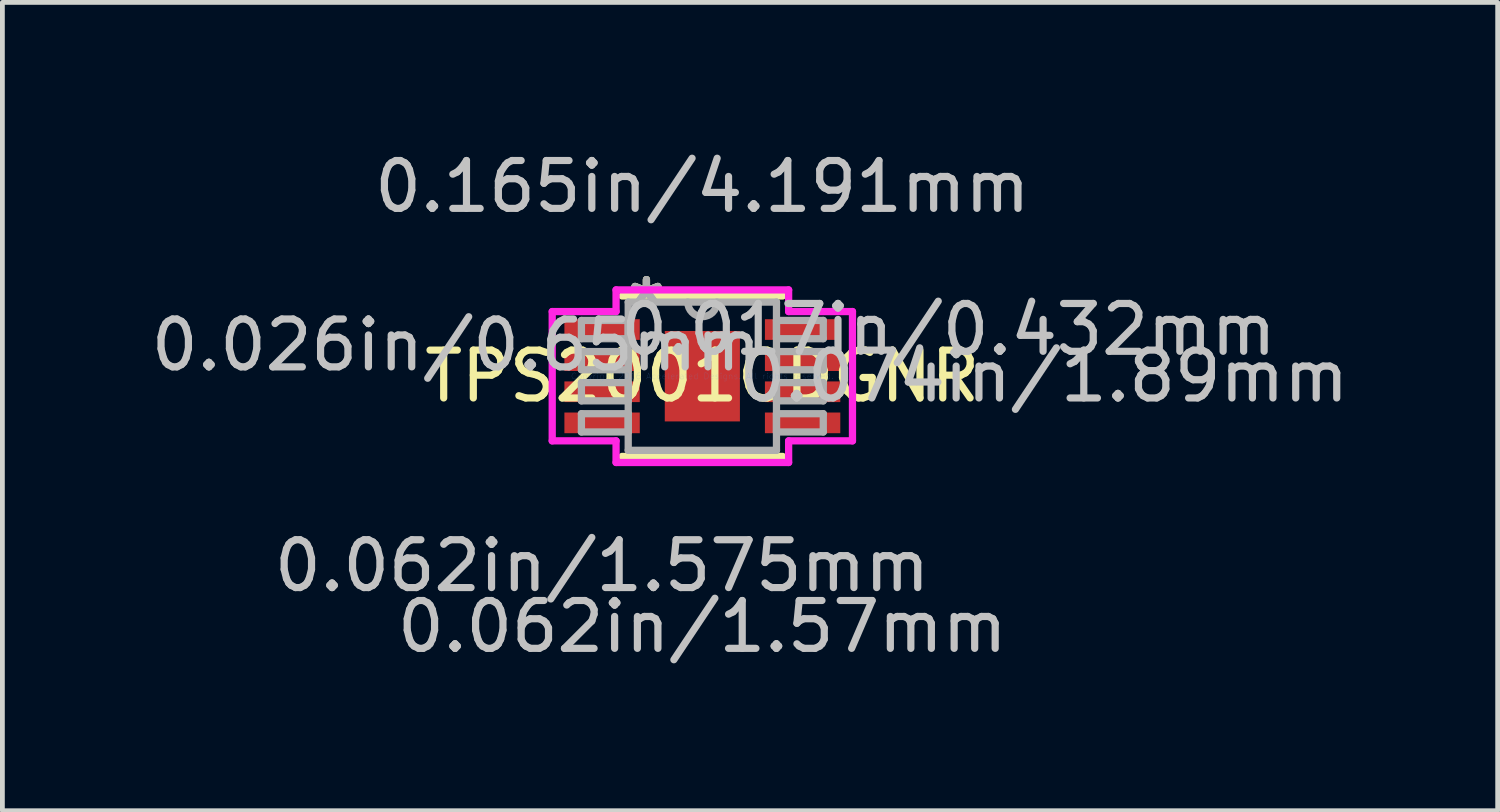
<source format=kicad_pcb>
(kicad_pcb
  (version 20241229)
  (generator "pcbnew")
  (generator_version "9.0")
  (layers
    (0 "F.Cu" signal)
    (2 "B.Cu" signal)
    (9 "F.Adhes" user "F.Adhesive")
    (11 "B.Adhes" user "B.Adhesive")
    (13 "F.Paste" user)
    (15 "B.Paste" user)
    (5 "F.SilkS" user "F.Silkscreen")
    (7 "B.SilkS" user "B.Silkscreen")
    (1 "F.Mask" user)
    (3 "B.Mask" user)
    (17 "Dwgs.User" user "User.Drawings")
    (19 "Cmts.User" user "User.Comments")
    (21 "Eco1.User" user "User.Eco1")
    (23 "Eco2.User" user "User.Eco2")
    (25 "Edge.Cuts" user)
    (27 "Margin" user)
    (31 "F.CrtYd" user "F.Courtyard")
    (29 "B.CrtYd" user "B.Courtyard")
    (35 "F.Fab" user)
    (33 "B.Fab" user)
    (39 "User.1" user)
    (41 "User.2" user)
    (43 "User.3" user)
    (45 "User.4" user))
  (footprint "TPS2001CDGNR"
    (layer "F.Cu")
    (at 11.626 4.811)
    (property "Reference" "TPS2001CDGNR" (at 0 0 0) (layer "F.SilkS") (effects (font (size 1 1) (thickness 0.15))))
    (attr through_hole)
    (fp_line (start -1.676 1.676) (end 1.676 1.676) (stroke (width 0.152) (type solid)) (layer "F.SilkS"))
    (fp_line (start 1.676 -1.676) (end -1.676 -1.676) (stroke (width 0.152) (type solid)) (layer "F.SilkS"))
    (fp_line (start -0.785 -0.945) (end -0.785 0.945) (stroke (width 0.152) (type solid)) (layer "F.Paste"))
    (fp_line (start -0.785 0.945) (end 0.785 0.945) (stroke (width 0.152) (type solid)) (layer "F.Paste"))
    (fp_line (start 0.785 -0.945) (end -0.785 -0.945) (stroke (width 0.152) (type solid)) (layer "F.Paste"))
    (fp_line (start 0.785 0.945) (end 0.785 -0.945) (stroke (width 0.152) (type solid)) (layer "F.Paste"))
    (fp_line (start -3.137 -1.351) (end -1.803 -1.351) (stroke (width 0.152) (type solid)) (layer "F.CrtYd"))
    (fp_line (start -3.137 1.351) (end -3.137 -1.351) (stroke (width 0.152) (type solid)) (layer "F.CrtYd"))
    (fp_line (start -1.803 -1.803) (end 1.803 -1.803) (stroke (width 0.152) (type solid)) (layer "F.CrtYd"))
    (fp_line (start -1.803 -1.351) (end -1.803 -1.803) (stroke (width 0.152) (type solid)) (layer "F.CrtYd"))
    (fp_line (start -1.803 1.351) (end -3.137 1.351) (stroke (width 0.152) (type solid)) (layer "F.CrtYd"))
    (fp_line (start -1.803 1.803) (end -1.803 1.351) (stroke (width 0.152) (type solid)) (layer "F.CrtYd"))
    (fp_line (start 1.803 -1.803) (end 1.803 -1.351) (stroke (width 0.152) (type solid)) (layer "F.CrtYd"))
    (fp_line (start 1.803 -1.351) (end 3.137 -1.351) (stroke (width 0.152) (type solid)) (layer "F.CrtYd"))
    (fp_line (start 1.803 1.351) (end 1.803 1.803) (stroke (width 0.152) (type solid)) (layer "F.CrtYd"))
    (fp_line (start 1.803 1.803) (end -1.803 1.803) (stroke (width 0.152) (type solid)) (layer "F.CrtYd"))
    (fp_line (start 3.137 -1.351) (end 3.137 1.351) (stroke (width 0.152) (type solid)) (layer "F.CrtYd"))
    (fp_line (start 3.137 1.351) (end 1.803 1.351) (stroke (width 0.152) (type solid)) (layer "F.CrtYd"))
    (fp_line (start -2.527 -1.165) (end -2.527 -0.784) (stroke (width 0.152) (type solid)) (layer "F.Fab"))
    (fp_line (start -2.527 -0.784) (end -1.549 -0.784) (stroke (width 0.152) (type solid)) (layer "F.Fab"))
    (fp_line (start -2.527 -0.515) (end -2.527 -0.135) (stroke (width 0.152) (type solid)) (layer "F.Fab"))
    (fp_line (start -2.527 -0.135) (end -1.549 -0.135) (stroke (width 0.152) (type solid)) (layer "F.Fab"))
    (fp_line (start -2.527 0.135) (end -2.527 0.515) (stroke (width 0.152) (type solid)) (layer "F.Fab"))
    (fp_line (start -2.527 0.515) (end -1.549 0.515) (stroke (width 0.152) (type solid)) (layer "F.Fab"))
    (fp_line (start -2.527 0.784) (end -2.527 1.165) (stroke (width 0.152) (type solid)) (layer "F.Fab"))
    (fp_line (start -2.527 1.165) (end -1.549 1.165) (stroke (width 0.152) (type solid)) (layer "F.Fab"))
    (fp_line (start -1.549 -1.549) (end -1.549 1.549) (stroke (width 0.152) (type solid)) (layer "F.Fab"))
    (fp_line (start -1.549 -1.165) (end -2.527 -1.165) (stroke (width 0.152) (type solid)) (layer "F.Fab"))
    (fp_line (start -1.549 -0.784) (end -1.549 -1.165) (stroke (width 0.152) (type solid)) (layer "F.Fab"))
    (fp_line (start -1.549 -0.515) (end -2.527 -0.515) (stroke (width 0.152) (type solid)) (layer "F.Fab"))
    (fp_line (start -1.549 -0.135) (end -1.549 -0.515) (stroke (width 0.152) (type solid)) (layer "F.Fab"))
    (fp_line (start -1.549 0.135) (end -2.527 0.135) (stroke (width 0.152) (type solid)) (layer "F.Fab"))
    (fp_line (start -1.549 0.515) (end -1.549 0.135) (stroke (width 0.152) (type solid)) (layer "F.Fab"))
    (fp_line (start -1.549 0.784) (end -2.527 0.784) (stroke (width 0.152) (type solid)) (layer "F.Fab"))
    (fp_line (start -1.549 1.165) (end -1.549 0.784) (stroke (width 0.152) (type solid)) (layer "F.Fab"))
    (fp_line (start -1.549 1.549) (end 1.549 1.549) (stroke (width 0.152) (type solid)) (layer "F.Fab"))
    (fp_line (start 1.549 -1.549) (end -1.549 -1.549) (stroke (width 0.152) (type solid)) (layer "F.Fab"))
    (fp_line (start 1.549 -1.165) (end 1.549 -0.784) (stroke (width 0.152) (type solid)) (layer "F.Fab"))
    (fp_line (start 1.549 -0.784) (end 2.527 -0.784) (stroke (width 0.152) (type solid)) (layer "F.Fab"))
    (fp_line (start 1.549 -0.515) (end 1.549 -0.135) (stroke (width 0.152) (type solid)) (layer "F.Fab"))
    (fp_line (start 1.549 -0.135) (end 2.527 -0.135) (stroke (width 0.152) (type solid)) (layer "F.Fab"))
    (fp_line (start 1.549 0.135) (end 1.549 0.515) (stroke (width 0.152) (type solid)) (layer "F.Fab"))
    (fp_line (start 1.549 0.515) (end 2.527 0.515) (stroke (width 0.152) (type solid)) (layer "F.Fab"))
    (fp_line (start 1.549 0.784) (end 1.549 1.165) (stroke (width 0.152) (type solid)) (layer "F.Fab"))
    (fp_line (start 1.549 1.165) (end 2.527 1.165) (stroke (width 0.152) (type solid)) (layer "F.Fab"))
    (fp_line (start 1.549 1.549) (end 1.549 -1.549) (stroke (width 0.152) (type solid)) (layer "F.Fab"))
    (fp_line (start 2.527 -1.165) (end 1.549 -1.165) (stroke (width 0.152) (type solid)) (layer "F.Fab"))
    (fp_line (start 2.527 -0.784) (end 2.527 -1.165) (stroke (width 0.152) (type solid)) (layer "F.Fab"))
    (fp_line (start 2.527 -0.515) (end 1.549 -0.515) (stroke (width 0.152) (type solid)) (layer "F.Fab"))
    (fp_line (start 2.527 -0.135) (end 2.527 -0.515) (stroke (width 0.152) (type solid)) (layer "F.Fab"))
    (fp_line (start 2.527 0.135) (end 1.549 0.135) (stroke (width 0.152) (type solid)) (layer "F.Fab"))
    (fp_line (start 2.527 0.515) (end 2.527 0.135) (stroke (width 0.152) (type solid)) (layer "F.Fab"))
    (fp_line (start 2.527 0.784) (end 1.549 0.784) (stroke (width 0.152) (type solid)) (layer "F.Fab"))
    (fp_line (start 2.527 1.165) (end 2.527 0.784) (stroke (width 0.152) (type solid)) (layer "F.Fab"))
    (fp_arc (start 0.3048 -1.5494) (mid 0 -1.2446) (end -0.3048 -1.5494) (stroke (width 0.1524) (type solid)) (layer "F.Fab"))
    (fp_text user "*" (at -1.168 -1.473 0) (layer "F.SilkS") (effects (font (size 1 1) (thickness 0.15))))
    (fp_text user "*" (at -1.168 -1.473 0) (layer "F.SilkS") (effects (font (size 1 1) (thickness 0.15))))
    (fp_text user "0.165in/4.191mm" (at 0 -3.962 0) (layer "Dwgs.User") (effects (font (size 1 1) (thickness 0.15))))
    (fp_text user "0.017in/0.432mm" (at 5.144 -0.975 0) (layer "Dwgs.User") (effects (font (size 1 1) (thickness 0.15))))
    (fp_text user "0.062in/1.57mm" (at 0 5.232 0) (layer "Dwgs.User") (effects (font (size 1 1) (thickness 0.15))))
    (fp_text user "0.026in/0.65mm" (at -5.144 -0.65 0) (layer "Dwgs.User") (effects (font (size 1 1) (thickness 0.15))))
    (fp_text user "0.062in/1.575mm" (at -2.095 3.962 0) (layer "Dwgs.User") (effects (font (size 1 1) (thickness 0.15))))
    (fp_text user "0.074in/1.89mm" (at 7.137 0 0) (layer "Dwgs.User") (effects (font (size 1 1) (thickness 0.15))))
    (fp_text user "Copyright 2016 Accelerated Designs. All rights reserved." (at 0 0 0) (layer "Cmts.User") (effects (font (size 0.127 0.127) (thickness 0.002))))
    (fp_text user "*" (at -1.168 -1.473 0) (layer "F.Fab") (effects (font (size 1 1) (thickness 0.15))))
    (fp_text user "*" (at -1.168 -1.473 0) (layer "F.Fab") (effects (font (size 1 1) (thickness 0.15))))
    (pad "1" smd rect (at -2.095 -0.975) (size 1.575 0.432) (layers "F.Cu" "F.Mask" "F.Paste"))
    (pad "2" smd rect (at -2.095 -0.325) (size 1.575 0.432) (layers "F.Cu" "F.Mask" "F.Paste"))
    (pad "3" smd rect (at -2.095 0.325) (size 1.575 0.432) (layers "F.Cu" "F.Mask" "F.Paste"))
    (pad "4" smd rect (at -2.095 0.975) (size 1.575 0.432) (layers "F.Cu" "F.Mask" "F.Paste"))
    (pad "5" smd rect (at 2.095 0.975) (size 1.575 0.432) (layers "F.Cu" "F.Mask" "F.Paste"))
    (pad "6" smd rect (at 2.095 0.325) (size 1.575 0.432) (layers "F.Cu" "F.Mask" "F.Paste"))
    (pad "7" smd rect (at 2.095 -0.325) (size 1.575 0.432) (layers "F.Cu" "F.Mask" "F.Paste"))
    (pad "8" smd rect (at 2.095 -0.975) (size 1.575 0.432) (layers "F.Cu" "F.Mask" "F.Paste"))
    (pad "EPAD" smd rect (at 0 0) (size 1.57 1.89) (layers "F.Cu" "F.Mask" "F.Paste")))
  (gr_rect
    (start -3 -3)
    (end 28.245 13.891)
    (stroke (width 0.1) (type default))
    (fill no)
    (layer "Edge.Cuts")))
</source>
